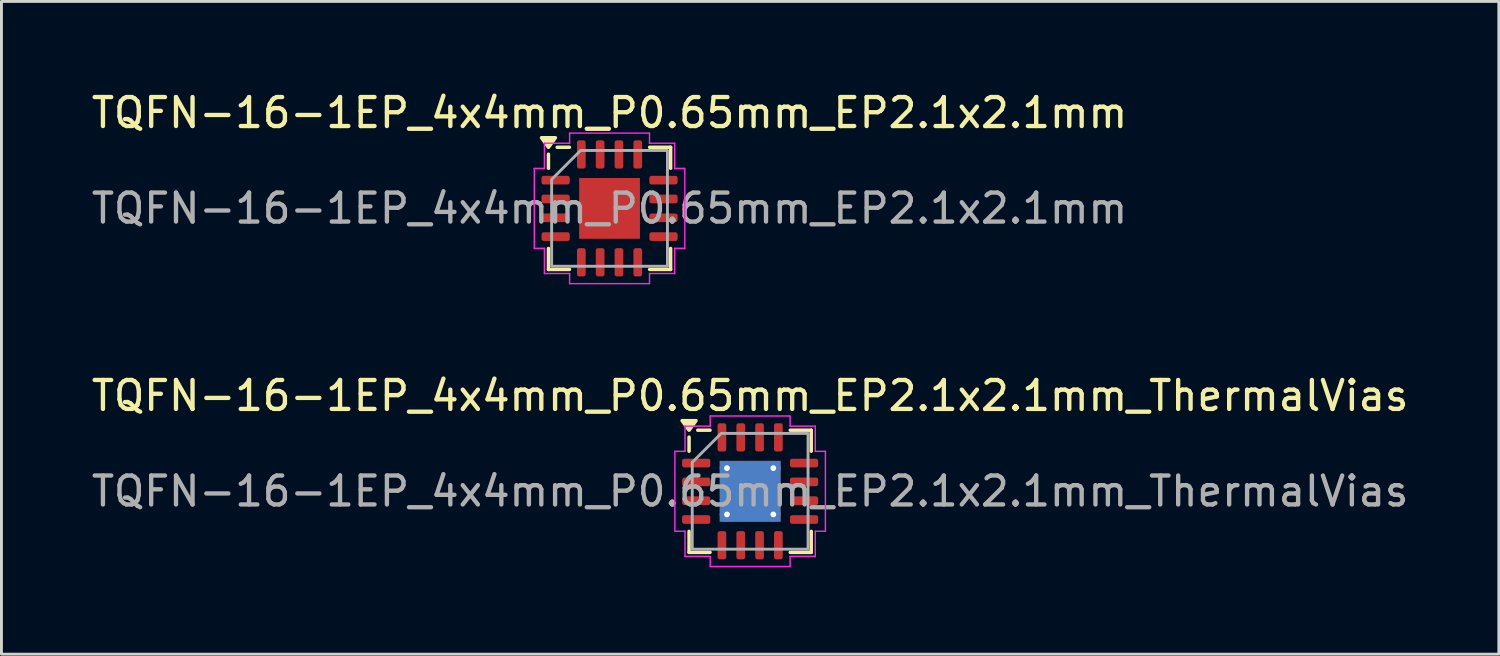
<source format=kicad_pcb>
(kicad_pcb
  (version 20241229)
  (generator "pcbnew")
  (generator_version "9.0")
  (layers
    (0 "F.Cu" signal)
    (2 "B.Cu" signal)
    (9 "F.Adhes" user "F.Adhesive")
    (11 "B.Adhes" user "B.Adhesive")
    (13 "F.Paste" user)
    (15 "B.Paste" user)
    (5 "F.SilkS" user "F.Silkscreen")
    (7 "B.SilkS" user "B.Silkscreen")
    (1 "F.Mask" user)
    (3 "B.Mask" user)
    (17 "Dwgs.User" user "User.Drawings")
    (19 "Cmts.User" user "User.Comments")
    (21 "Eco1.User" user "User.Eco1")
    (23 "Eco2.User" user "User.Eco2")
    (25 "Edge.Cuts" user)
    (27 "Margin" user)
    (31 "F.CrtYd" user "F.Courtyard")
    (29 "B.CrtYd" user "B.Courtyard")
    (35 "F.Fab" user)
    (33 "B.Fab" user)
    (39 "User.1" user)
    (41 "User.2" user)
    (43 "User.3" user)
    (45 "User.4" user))
  (footprint "TQFN-16-1EP_4x4mm_P0.65mm_EP2.1x2.1mm_ThermalVias"
    (layer "F.Cu")
    (at 22.863 13.921)
    (property "Reference" "TQFN-16-1EP_4x4mm_P0.65mm_EP2.1x2.1mm_ThermalVias" (at 0 -3.3 0) (layer "F.SilkS") (effects (font (size 1 1) (thickness 0.15))))
    (attr smd)
    (fp_line (start -2.11 -1.385) (end -2.11 -1.87) (stroke (width 0.12) (type solid)) (layer "F.SilkS"))
    (fp_line (start -2.11 2.11) (end -2.11 1.385) (stroke (width 0.12) (type solid)) (layer "F.SilkS"))
    (fp_line (start -1.385 -2.11) (end -1.81 -2.11) (stroke (width 0.12) (type solid)) (layer "F.SilkS"))
    (fp_line (start -1.385 2.11) (end -2.11 2.11) (stroke (width 0.12) (type solid)) (layer "F.SilkS"))
    (fp_line (start 1.385 -2.11) (end 2.11 -2.11) (stroke (width 0.12) (type solid)) (layer "F.SilkS"))
    (fp_line (start 1.385 2.11) (end 2.11 2.11) (stroke (width 0.12) (type solid)) (layer "F.SilkS"))
    (fp_line (start 2.11 -2.11) (end 2.11 -1.385) (stroke (width 0.12) (type solid)) (layer "F.SilkS"))
    (fp_line (start 2.11 2.11) (end 2.11 1.385) (stroke (width 0.12) (type solid)) (layer "F.SilkS"))
    (fp_poly (pts (xy -2.11 -2.11) (xy -2.35 -2.44) (xy -1.87 -2.44)) (stroke (width 0.12) (type solid)) (fill yes) (layer "F.SilkS"))
    (fp_line (start -2.6 -1.38) (end -2.25 -1.38) (stroke (width 0.05) (type solid)) (layer "F.CrtYd"))
    (fp_line (start -2.6 1.38) (end -2.6 -1.38) (stroke (width 0.05) (type solid)) (layer "F.CrtYd"))
    (fp_line (start -2.25 -2.25) (end -1.38 -2.25) (stroke (width 0.05) (type solid)) (layer "F.CrtYd"))
    (fp_line (start -2.25 -1.38) (end -2.25 -2.25) (stroke (width 0.05) (type solid)) (layer "F.CrtYd"))
    (fp_line (start -2.25 1.38) (end -2.6 1.38) (stroke (width 0.05) (type solid)) (layer "F.CrtYd"))
    (fp_line (start -2.25 2.25) (end -2.25 1.38) (stroke (width 0.05) (type solid)) (layer "F.CrtYd"))
    (fp_line (start -1.38 -2.6) (end 1.38 -2.6) (stroke (width 0.05) (type solid)) (layer "F.CrtYd"))
    (fp_line (start -1.38 -2.25) (end -1.38 -2.6) (stroke (width 0.05) (type solid)) (layer "F.CrtYd"))
    (fp_line (start -1.38 2.25) (end -2.25 2.25) (stroke (width 0.05) (type solid)) (layer "F.CrtYd"))
    (fp_line (start -1.38 2.6) (end -1.38 2.25) (stroke (width 0.05) (type solid)) (layer "F.CrtYd"))
    (fp_line (start 1.38 -2.6) (end 1.38 -2.25) (stroke (width 0.05) (type solid)) (layer "F.CrtYd"))
    (fp_line (start 1.38 -2.25) (end 2.25 -2.25) (stroke (width 0.05) (type solid)) (layer "F.CrtYd"))
    (fp_line (start 1.38 2.25) (end 1.38 2.6) (stroke (width 0.05) (type solid)) (layer "F.CrtYd"))
    (fp_line (start 1.38 2.6) (end -1.38 2.6) (stroke (width 0.05) (type solid)) (layer "F.CrtYd"))
    (fp_line (start 2.25 -2.25) (end 2.25 -1.38) (stroke (width 0.05) (type solid)) (layer "F.CrtYd"))
    (fp_line (start 2.25 -1.38) (end 2.6 -1.38) (stroke (width 0.05) (type solid)) (layer "F.CrtYd"))
    (fp_line (start 2.25 1.38) (end 2.25 2.25) (stroke (width 0.05) (type solid)) (layer "F.CrtYd"))
    (fp_line (start 2.25 2.25) (end 1.38 2.25) (stroke (width 0.05) (type solid)) (layer "F.CrtYd"))
    (fp_line (start 2.6 -1.38) (end 2.6 1.38) (stroke (width 0.05) (type solid)) (layer "F.CrtYd"))
    (fp_line (start 2.6 1.38) (end 2.25 1.38) (stroke (width 0.05) (type solid)) (layer "F.CrtYd"))
    (fp_poly (pts (xy -2 -1) (xy -2 2) (xy 2 2) (xy 2 -2) (xy -1 -2)) (stroke (width 0.1) (type solid)) (fill no) (layer "F.Fab"))
    (fp_text user "${REFERENCE}" (at 0 0 0) (layer "F.Fab") (effects (font (size 1 1) (thickness 0.15))))
    (pad "" smd roundrect (at -0.525 -0.525) (size 0.85 0.85) (layers "F.Paste") (roundrect_rratio 0.25))
    (pad "" smd roundrect (at -0.525 0.525) (size 0.85 0.85) (layers "F.Paste") (roundrect_rratio 0.25))
    (pad "" smd roundrect (at 0.525 -0.525) (size 0.85 0.85) (layers "F.Paste") (roundrect_rratio 0.25))
    (pad "" smd roundrect (at 0.525 0.525) (size 0.85 0.85) (layers "F.Paste") (roundrect_rratio 0.25))
    (pad "1" smd roundrect (at -1.863 -0.975) (size 0.975 0.3) (layers "F.Cu" "F.Mask" "F.Paste") (roundrect_rratio 0.25))
    (pad "2" smd roundrect (at -1.863 -0.325) (size 0.975 0.3) (layers "F.Cu" "F.Mask" "F.Paste") (roundrect_rratio 0.25))
    (pad "3" smd roundrect (at -1.863 0.325) (size 0.975 0.3) (layers "F.Cu" "F.Mask" "F.Paste") (roundrect_rratio 0.25))
    (pad "4" smd roundrect (at -1.863 0.975) (size 0.975 0.3) (layers "F.Cu" "F.Mask" "F.Paste") (roundrect_rratio 0.25))
    (pad "5" smd roundrect (at -0.975 1.863) (size 0.3 0.975) (layers "F.Cu" "F.Mask" "F.Paste") (roundrect_rratio 0.25))
    (pad "6" smd roundrect (at -0.325 1.863) (size 0.3 0.975) (layers "F.Cu" "F.Mask" "F.Paste") (roundrect_rratio 0.25))
    (pad "7" smd roundrect (at 0.325 1.863) (size 0.3 0.975) (layers "F.Cu" "F.Mask" "F.Paste") (roundrect_rratio 0.25))
    (pad "8" smd roundrect (at 0.975 1.863) (size 0.3 0.975) (layers "F.Cu" "F.Mask" "F.Paste") (roundrect_rratio 0.25))
    (pad "9" smd roundrect (at 1.863 0.975) (size 0.975 0.3) (layers "F.Cu" "F.Mask" "F.Paste") (roundrect_rratio 0.25))
    (pad "10" smd roundrect (at 1.863 0.325) (size 0.975 0.3) (layers "F.Cu" "F.Mask" "F.Paste") (roundrect_rratio 0.25))
    (pad "11" smd roundrect (at 1.863 -0.325) (size 0.975 0.3) (layers "F.Cu" "F.Mask" "F.Paste") (roundrect_rratio 0.25))
    (pad "12" smd roundrect (at 1.863 -0.975) (size 0.975 0.3) (layers "F.Cu" "F.Mask" "F.Paste") (roundrect_rratio 0.25))
    (pad "13" smd roundrect (at 0.975 -1.863) (size 0.3 0.975) (layers "F.Cu" "F.Mask" "F.Paste") (roundrect_rratio 0.25))
    (pad "14" smd roundrect (at 0.325 -1.863) (size 0.3 0.975) (layers "F.Cu" "F.Mask" "F.Paste") (roundrect_rratio 0.25))
    (pad "15" smd roundrect (at -0.325 -1.863) (size 0.3 0.975) (layers "F.Cu" "F.Mask" "F.Paste") (roundrect_rratio 0.25))
    (pad "16" smd roundrect (at -0.975 -1.863) (size 0.3 0.975) (layers "F.Cu" "F.Mask" "F.Paste") (roundrect_rratio 0.25))
    (pad "17" thru_hole circle (at -0.8 -0.8) (size 0.5 0.5) (drill 0.2) (property pad_prop_heatsink) (layers "*.Cu"))
    (pad "17" thru_hole circle (at -0.8 0.8) (size 0.5 0.5) (drill 0.2) (property pad_prop_heatsink) (layers "*.Cu"))
    (pad "17" smd rect (at 0 0) (size 2.1 2.1) (property pad_prop_heatsink) (layers "F.Cu" "F.Mask"))
    (pad "17" smd rect (at 0 0) (size 2.1 2.1) (property pad_prop_heatsink) (layers "B.Cu"))
    (pad "17" thru_hole circle (at 0.8 -0.8) (size 0.5 0.5) (drill 0.2) (property pad_prop_heatsink) (layers "*.Cu"))
    (pad "17" thru_hole circle (at 0.8 0.8) (size 0.5 0.5) (drill 0.2) (property pad_prop_heatsink) (layers "*.Cu")))
  (footprint "TQFN-16-1EP_4x4mm_P0.65mm_EP2.1x2.1mm"
    (layer "F.Cu")
    (at 18.006 4.148)
    (property "Reference" "TQFN-16-1EP_4x4mm_P0.65mm_EP2.1x2.1mm" (at 0 -3.3 0) (layer "F.SilkS") (effects (font (size 1 1) (thickness 0.15))))
    (attr smd)
    (fp_line (start -2.11 -1.385) (end -2.11 -1.87) (stroke (width 0.12) (type solid)) (layer "F.SilkS"))
    (fp_line (start -2.11 2.11) (end -2.11 1.385) (stroke (width 0.12) (type solid)) (layer "F.SilkS"))
    (fp_line (start -1.385 -2.11) (end -1.81 -2.11) (stroke (width 0.12) (type solid)) (layer "F.SilkS"))
    (fp_line (start -1.385 2.11) (end -2.11 2.11) (stroke (width 0.12) (type solid)) (layer "F.SilkS"))
    (fp_line (start 1.385 -2.11) (end 2.11 -2.11) (stroke (width 0.12) (type solid)) (layer "F.SilkS"))
    (fp_line (start 1.385 2.11) (end 2.11 2.11) (stroke (width 0.12) (type solid)) (layer "F.SilkS"))
    (fp_line (start 2.11 -2.11) (end 2.11 -1.385) (stroke (width 0.12) (type solid)) (layer "F.SilkS"))
    (fp_line (start 2.11 2.11) (end 2.11 1.385) (stroke (width 0.12) (type solid)) (layer "F.SilkS"))
    (fp_poly (pts (xy -2.11 -2.11) (xy -2.35 -2.44) (xy -1.87 -2.44)) (stroke (width 0.12) (type solid)) (fill yes) (layer "F.SilkS"))
    (fp_line (start -2.6 -1.38) (end -2.25 -1.38) (stroke (width 0.05) (type solid)) (layer "F.CrtYd"))
    (fp_line (start -2.6 1.38) (end -2.6 -1.38) (stroke (width 0.05) (type solid)) (layer "F.CrtYd"))
    (fp_line (start -2.25 -2.25) (end -1.38 -2.25) (stroke (width 0.05) (type solid)) (layer "F.CrtYd"))
    (fp_line (start -2.25 -1.38) (end -2.25 -2.25) (stroke (width 0.05) (type solid)) (layer "F.CrtYd"))
    (fp_line (start -2.25 1.38) (end -2.6 1.38) (stroke (width 0.05) (type solid)) (layer "F.CrtYd"))
    (fp_line (start -2.25 2.25) (end -2.25 1.38) (stroke (width 0.05) (type solid)) (layer "F.CrtYd"))
    (fp_line (start -1.38 -2.6) (end 1.38 -2.6) (stroke (width 0.05) (type solid)) (layer "F.CrtYd"))
    (fp_line (start -1.38 -2.25) (end -1.38 -2.6) (stroke (width 0.05) (type solid)) (layer "F.CrtYd"))
    (fp_line (start -1.38 2.25) (end -2.25 2.25) (stroke (width 0.05) (type solid)) (layer "F.CrtYd"))
    (fp_line (start -1.38 2.6) (end -1.38 2.25) (stroke (width 0.05) (type solid)) (layer "F.CrtYd"))
    (fp_line (start 1.38 -2.6) (end 1.38 -2.25) (stroke (width 0.05) (type solid)) (layer "F.CrtYd"))
    (fp_line (start 1.38 -2.25) (end 2.25 -2.25) (stroke (width 0.05) (type solid)) (layer "F.CrtYd"))
    (fp_line (start 1.38 2.25) (end 1.38 2.6) (stroke (width 0.05) (type solid)) (layer "F.CrtYd"))
    (fp_line (start 1.38 2.6) (end -1.38 2.6) (stroke (width 0.05) (type solid)) (layer "F.CrtYd"))
    (fp_line (start 2.25 -2.25) (end 2.25 -1.38) (stroke (width 0.05) (type solid)) (layer "F.CrtYd"))
    (fp_line (start 2.25 -1.38) (end 2.6 -1.38) (stroke (width 0.05) (type solid)) (layer "F.CrtYd"))
    (fp_line (start 2.25 1.38) (end 2.25 2.25) (stroke (width 0.05) (type solid)) (layer "F.CrtYd"))
    (fp_line (start 2.25 2.25) (end 1.38 2.25) (stroke (width 0.05) (type solid)) (layer "F.CrtYd"))
    (fp_line (start 2.6 -1.38) (end 2.6 1.38) (stroke (width 0.05) (type solid)) (layer "F.CrtYd"))
    (fp_line (start 2.6 1.38) (end 2.25 1.38) (stroke (width 0.05) (type solid)) (layer "F.CrtYd"))
    (fp_poly (pts (xy -2 -1) (xy -2 2) (xy 2 2) (xy 2 -2) (xy -1 -2)) (stroke (width 0.1) (type solid)) (fill no) (layer "F.Fab"))
    (fp_text user "${REFERENCE}" (at 0 0 0) (layer "F.Fab") (effects (font (size 1 1) (thickness 0.15))))
    (pad "" smd roundrect (at -0.525 -0.525) (size 0.85 0.85) (layers "F.Paste") (roundrect_rratio 0.25))
    (pad "" smd roundrect (at -0.525 0.525) (size 0.85 0.85) (layers "F.Paste") (roundrect_rratio 0.25))
    (pad "" smd roundrect (at 0.525 -0.525) (size 0.85 0.85) (layers "F.Paste") (roundrect_rratio 0.25))
    (pad "" smd roundrect (at 0.525 0.525) (size 0.85 0.85) (layers "F.Paste") (roundrect_rratio 0.25))
    (pad "1" smd roundrect (at -1.863 -0.975) (size 0.975 0.3) (layers "F.Cu" "F.Mask" "F.Paste") (roundrect_rratio 0.25))
    (pad "2" smd roundrect (at -1.863 -0.325) (size 0.975 0.3) (layers "F.Cu" "F.Mask" "F.Paste") (roundrect_rratio 0.25))
    (pad "3" smd roundrect (at -1.863 0.325) (size 0.975 0.3) (layers "F.Cu" "F.Mask" "F.Paste") (roundrect_rratio 0.25))
    (pad "4" smd roundrect (at -1.863 0.975) (size 0.975 0.3) (layers "F.Cu" "F.Mask" "F.Paste") (roundrect_rratio 0.25))
    (pad "5" smd roundrect (at -0.975 1.863) (size 0.3 0.975) (layers "F.Cu" "F.Mask" "F.Paste") (roundrect_rratio 0.25))
    (pad "6" smd roundrect (at -0.325 1.863) (size 0.3 0.975) (layers "F.Cu" "F.Mask" "F.Paste") (roundrect_rratio 0.25))
    (pad "7" smd roundrect (at 0.325 1.863) (size 0.3 0.975) (layers "F.Cu" "F.Mask" "F.Paste") (roundrect_rratio 0.25))
    (pad "8" smd roundrect (at 0.975 1.863) (size 0.3 0.975) (layers "F.Cu" "F.Mask" "F.Paste") (roundrect_rratio 0.25))
    (pad "9" smd roundrect (at 1.863 0.975) (size 0.975 0.3) (layers "F.Cu" "F.Mask" "F.Paste") (roundrect_rratio 0.25))
    (pad "10" smd roundrect (at 1.863 0.325) (size 0.975 0.3) (layers "F.Cu" "F.Mask" "F.Paste") (roundrect_rratio 0.25))
    (pad "11" smd roundrect (at 1.863 -0.325) (size 0.975 0.3) (layers "F.Cu" "F.Mask" "F.Paste") (roundrect_rratio 0.25))
    (pad "12" smd roundrect (at 1.863 -0.975) (size 0.975 0.3) (layers "F.Cu" "F.Mask" "F.Paste") (roundrect_rratio 0.25))
    (pad "13" smd roundrect (at 0.975 -1.863) (size 0.3 0.975) (layers "F.Cu" "F.Mask" "F.Paste") (roundrect_rratio 0.25))
    (pad "14" smd roundrect (at 0.325 -1.863) (size 0.3 0.975) (layers "F.Cu" "F.Mask" "F.Paste") (roundrect_rratio 0.25))
    (pad "15" smd roundrect (at -0.325 -1.863) (size 0.3 0.975) (layers "F.Cu" "F.Mask" "F.Paste") (roundrect_rratio 0.25))
    (pad "16" smd roundrect (at -0.975 -1.863) (size 0.3 0.975) (layers "F.Cu" "F.Mask" "F.Paste") (roundrect_rratio 0.25))
    (pad "17" smd rect (at 0 0) (size 2.1 2.1) (property pad_prop_heatsink) (layers "F.Cu" "F.Mask")))
  (gr_rect
    (start -3 -3)
    (end 48.726 19.547)
    (stroke (width 0.1) (type default))
    (fill no)
    (layer "Edge.Cuts")))
</source>
